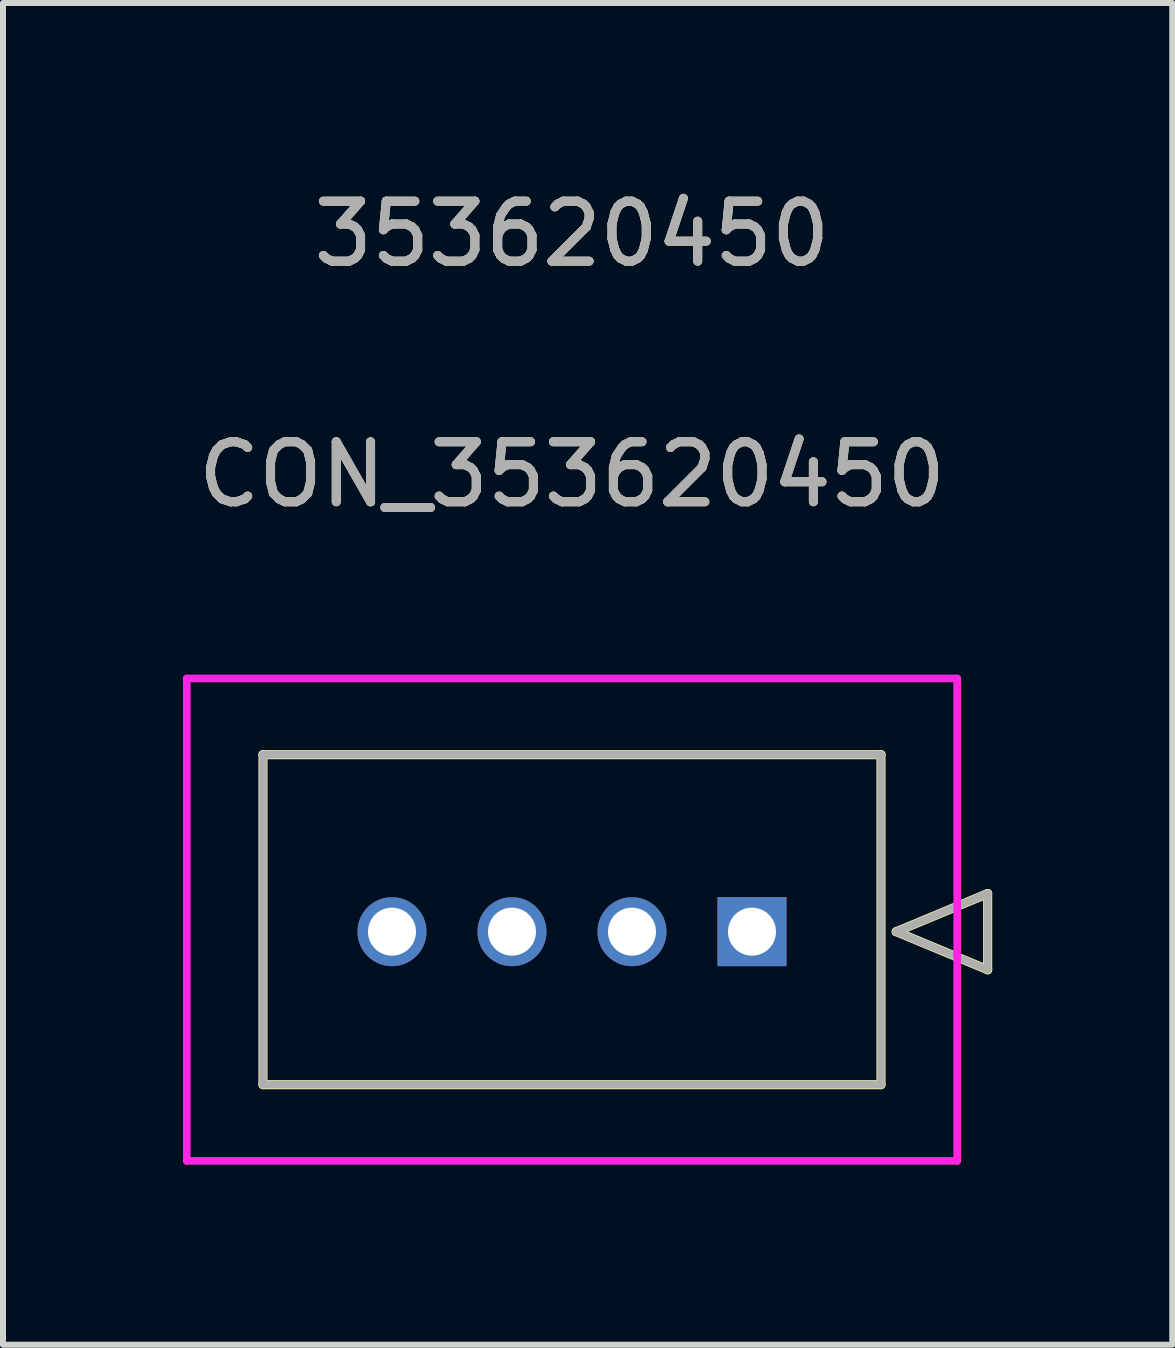
<source format=kicad_pcb>
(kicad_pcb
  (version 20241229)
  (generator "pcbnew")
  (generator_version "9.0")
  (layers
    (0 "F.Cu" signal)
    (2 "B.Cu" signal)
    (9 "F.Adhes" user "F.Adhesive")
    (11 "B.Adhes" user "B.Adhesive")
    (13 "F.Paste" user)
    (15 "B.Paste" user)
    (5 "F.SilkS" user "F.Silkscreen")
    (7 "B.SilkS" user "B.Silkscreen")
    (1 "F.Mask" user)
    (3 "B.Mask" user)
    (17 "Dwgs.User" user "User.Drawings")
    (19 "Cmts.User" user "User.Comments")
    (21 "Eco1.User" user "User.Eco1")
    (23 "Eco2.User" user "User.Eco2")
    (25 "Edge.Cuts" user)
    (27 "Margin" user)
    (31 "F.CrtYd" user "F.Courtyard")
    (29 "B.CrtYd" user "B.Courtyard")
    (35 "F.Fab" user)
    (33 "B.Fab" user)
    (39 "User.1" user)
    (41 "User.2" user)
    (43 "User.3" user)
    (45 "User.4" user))
  (footprint "CON_353620450"
    (layer "F.Cu")
    (at 9.483 12.478)
    (property "Reference" "CON_353620450" (at -3 -7.62 0) (unlocked yes) (layer "F.SilkS") (effects (font (size 1 1) (thickness 0.15))))
    (attr through_hole)
    (fp_line (start -8.15 -2.95) (end -8.15 2.55) (stroke (width 0.152) (type solid)) (layer "F.SilkS"))
    (fp_line (start -8.15 2.55) (end 2.15 2.55) (stroke (width 0.152) (type solid)) (layer "F.SilkS"))
    (fp_line (start 2.15 -2.95) (end -8.15 -2.95) (stroke (width 0.152) (type solid)) (layer "F.SilkS"))
    (fp_line (start 2.15 2.55) (end 2.15 -2.95) (stroke (width 0.152) (type solid)) (layer "F.SilkS"))
    (fp_line (start 2.404 0) (end 3.928 -0.635) (stroke (width 0.152) (type solid)) (layer "F.SilkS"))
    (fp_line (start 3.928 -0.635) (end 3.928 0.635) (stroke (width 0.152) (type solid)) (layer "F.SilkS"))
    (fp_line (start 3.928 0.635) (end 2.404 0) (stroke (width 0.152) (type solid)) (layer "F.SilkS"))
    (fp_line (start -9.42 -4.22) (end -9.42 3.82) (stroke (width 0.127) (type solid)) (layer "F.CrtYd"))
    (fp_line (start -9.42 3.82) (end 3.42 3.82) (stroke (width 0.127) (type solid)) (layer "F.CrtYd"))
    (fp_line (start 3.42 -4.22) (end -9.42 -4.22) (stroke (width 0.127) (type solid)) (layer "F.CrtYd"))
    (fp_line (start 3.42 3.82) (end 3.42 -4.22) (stroke (width 0.127) (type solid)) (layer "F.CrtYd"))
    (fp_line (start -8.15 -2.95) (end -8.15 2.55) (stroke (width 0.127) (type solid)) (layer "F.Fab"))
    (fp_line (start -8.15 2.55) (end 2.15 2.55) (stroke (width 0.127) (type solid)) (layer "F.Fab"))
    (fp_line (start 2.15 -2.95) (end -8.15 -2.95) (stroke (width 0.127) (type solid)) (layer "F.Fab"))
    (fp_line (start 2.15 2.55) (end 2.15 -2.95) (stroke (width 0.127) (type solid)) (layer "F.Fab"))
    (fp_line (start 2.404 0) (end 3.928 -0.635) (stroke (width 0.127) (type solid)) (layer "F.Fab"))
    (fp_line (start 3.928 -0.635) (end 3.928 0.635) (stroke (width 0.127) (type solid)) (layer "F.Fab"))
    (fp_line (start 3.928 0.635) (end 2.404 0) (stroke (width 0.127) (type solid)) (layer "F.Fab"))
    (fp_text user "353620450" (at -3 -11.63 0) (unlocked yes) (layer "F.SilkS") (effects (font (size 1 1) (thickness 0.15))))
    (fp_text user "353620450" (at -3 -11.63 0) (unlocked yes) (layer "F.Fab") (effects (font (size 1 1) (thickness 0.15))))
    (fp_text user "${REFERENCE}" (at -3 -7.62 0) (unlocked yes) (layer "F.Fab") (effects (font (size 1 1) (thickness 0.15))))
    (pad "1" thru_hole rect (at 0 0) (size 1.15 1.15) (drill 0.8) (layers "*.Cu" "*.Mask"))
    (pad "2" thru_hole circle (at -2 0) (size 1.15 1.15) (drill 0.8) (layers "*.Cu" "*.Mask"))
    (pad "3" thru_hole circle (at -4 0) (size 1.15 1.15) (drill 0.8) (layers "*.Cu" "*.Mask"))
    (pad "4" thru_hole circle (at -6 0) (size 1.15 1.15) (drill 0.8) (layers "*.Cu" "*.Mask")))
  (gr_rect
    (start -3 -3)
    (end 16.488 19.362)
    (stroke (width 0.1) (type default))
    (fill no)
    (layer "Edge.Cuts")))
</source>
